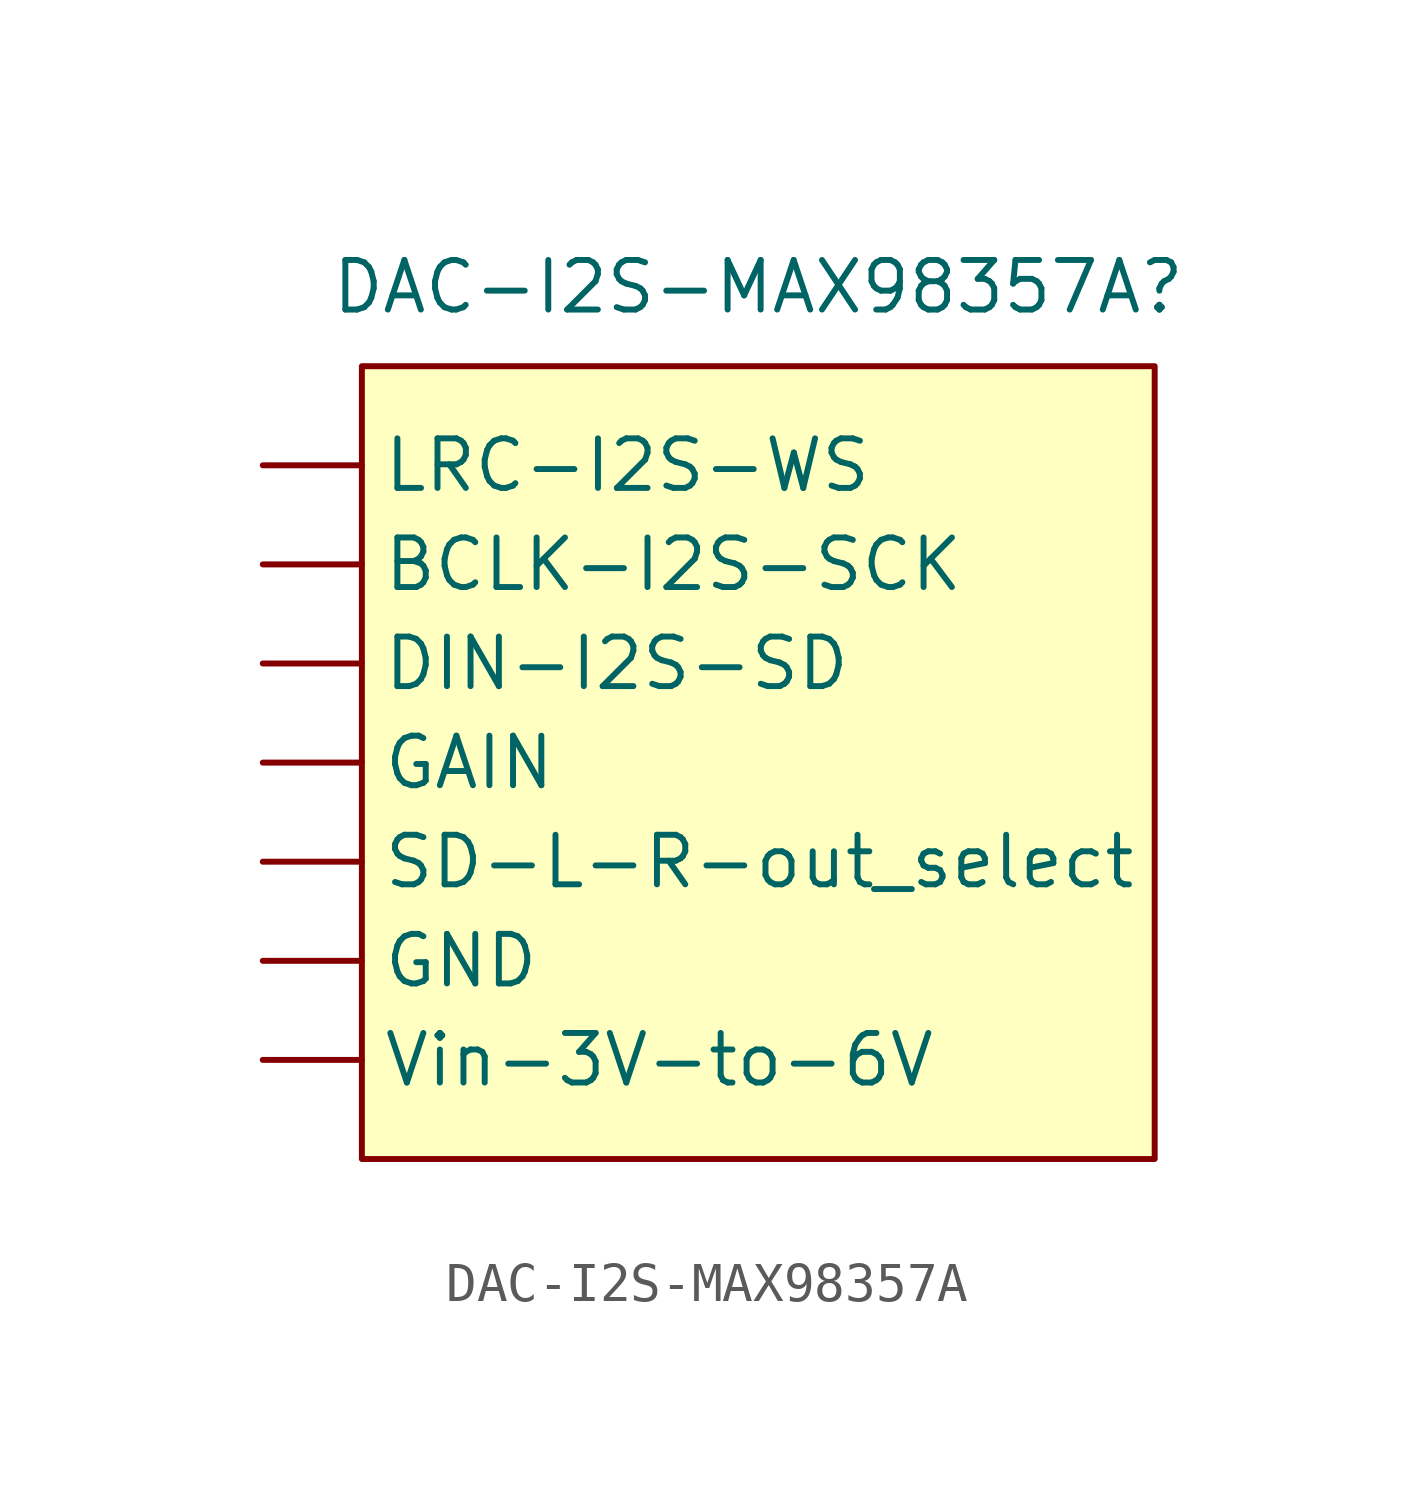
<source format=kicad_sym>
(kicad_symbol_lib
  (version 20231120)
  (generator "kicad_symbol_editor")
  (generator_version "8.0")
  (symbol "DAC-I2S-MAX98357A"
    (property "Reference" "DAC-I2S-MAX98357A"
      (at 0 12.192 0)
      (effects (font (size 1.27 1.27))))
    (property "Value" ""
      (at 0 0 0)
      (effects (font (size 1.27 1.27))))
    (symbol "DAC-I2S-MAX98357A_1_1"
      (rectangle (start -10.16 10.16) (end 10.16 -10.16) (stroke (width 0) (type default)) (fill (type background)))
      (pin power_in line (at -12.7 5.08 0) (length 2.54) (name "BCLK-I2S-SCK" (effects (font (size 1.27 1.27)))) (number "" (effects (font (size 1.27 1.27)))))
      (pin power_in line (at -12.7 2.54 0) (length 2.54) (name "DIN-I2S-SD" (effects (font (size 1.27 1.27)))) (number "" (effects (font (size 1.27 1.27)))))
      (pin power_in line (at -12.7 0 0) (length 2.54) (name "GAIN" (effects (font (size 1.27 1.27)))) (number "" (effects (font (size 1.27 1.27)))))
      (pin power_in line (at -12.7 -5.08 0) (length 2.54) (name "GND" (effects (font (size 1.27 1.27)))) (number "" (effects (font (size 1.27 1.27)))))
      (pin power_in line (at -12.7 7.62 0) (length 2.54) (name "LRC-I2S-WS" (effects (font (size 1.27 1.27)))) (number "" (effects (font (size 1.27 1.27)))))
      (pin power_in line (at -12.7 -2.54 0) (length 2.54) (name "SD-L-R-out_select" (effects (font (size 1.27 1.27)))) (number "" (effects (font (size 1.27 1.27)))))
      (pin power_in line (at -12.7 -7.62 0) (length 2.54) (name "Vin-3V-to-6V" (effects (font (size 1.27 1.27)))) (number "" (effects (font (size 1.27 1.27))))))))
</source>
